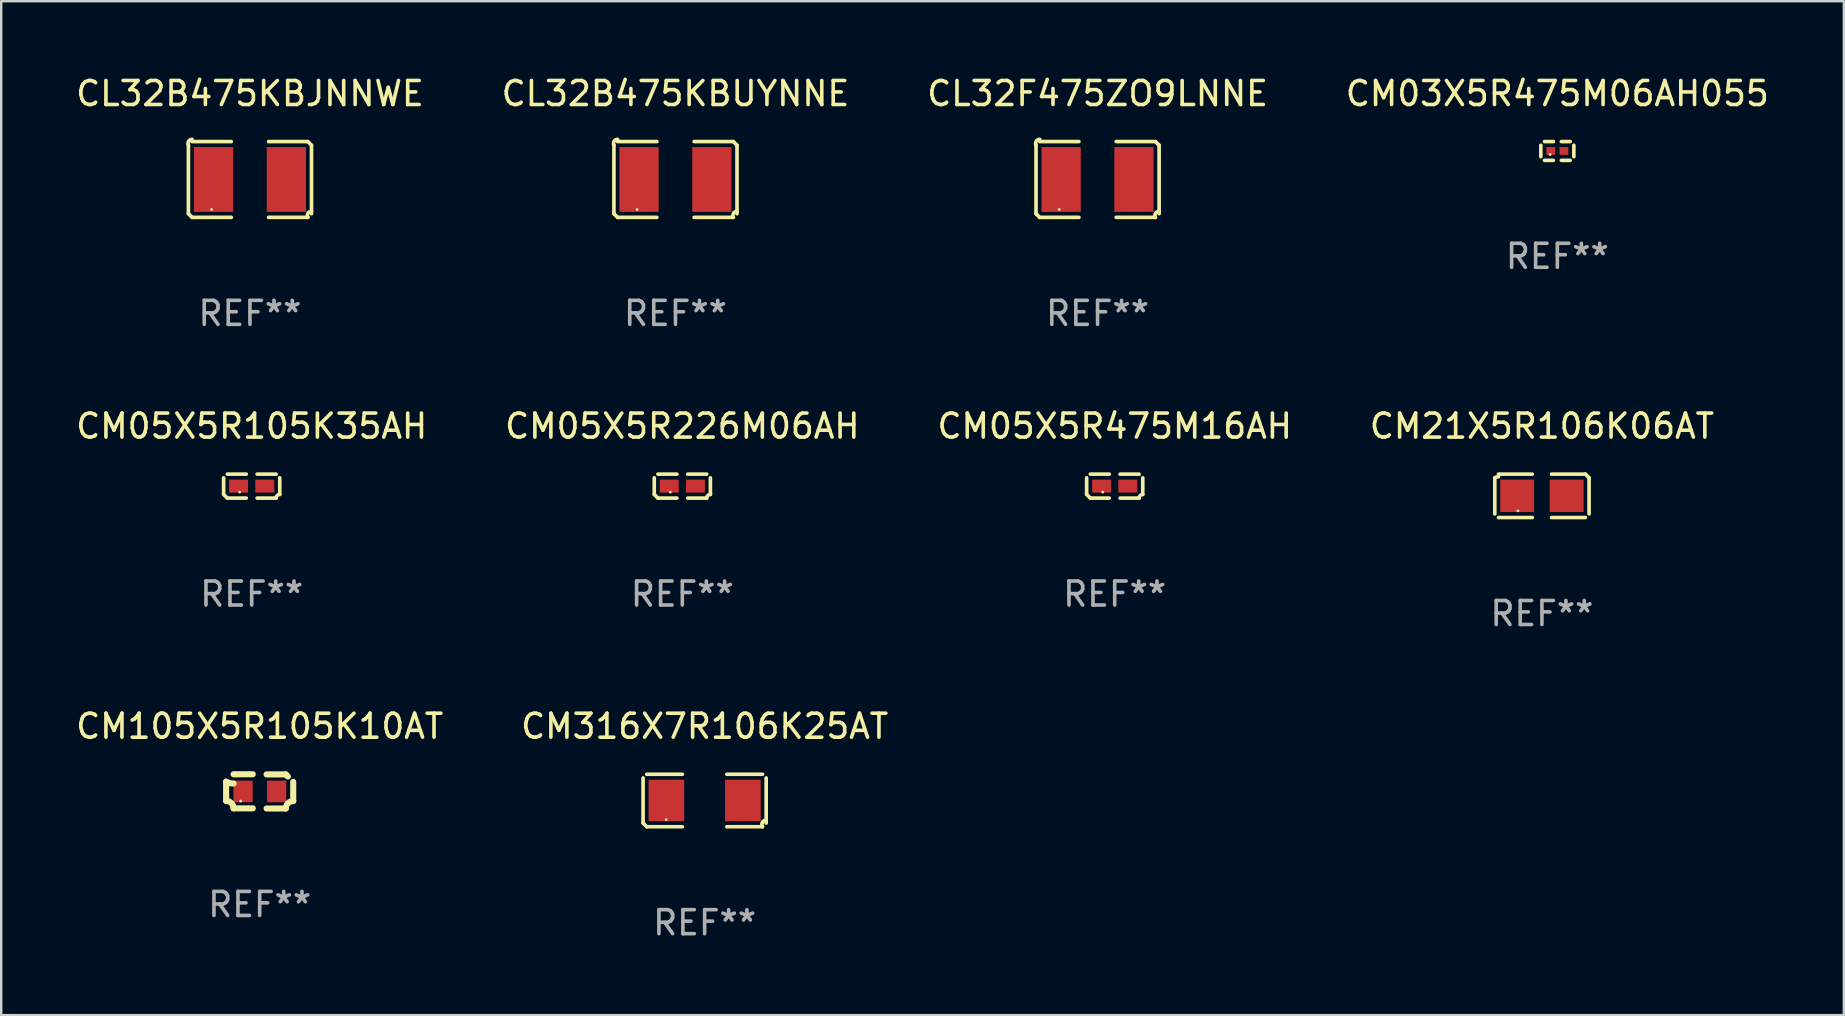
<source format=kicad_pcb>
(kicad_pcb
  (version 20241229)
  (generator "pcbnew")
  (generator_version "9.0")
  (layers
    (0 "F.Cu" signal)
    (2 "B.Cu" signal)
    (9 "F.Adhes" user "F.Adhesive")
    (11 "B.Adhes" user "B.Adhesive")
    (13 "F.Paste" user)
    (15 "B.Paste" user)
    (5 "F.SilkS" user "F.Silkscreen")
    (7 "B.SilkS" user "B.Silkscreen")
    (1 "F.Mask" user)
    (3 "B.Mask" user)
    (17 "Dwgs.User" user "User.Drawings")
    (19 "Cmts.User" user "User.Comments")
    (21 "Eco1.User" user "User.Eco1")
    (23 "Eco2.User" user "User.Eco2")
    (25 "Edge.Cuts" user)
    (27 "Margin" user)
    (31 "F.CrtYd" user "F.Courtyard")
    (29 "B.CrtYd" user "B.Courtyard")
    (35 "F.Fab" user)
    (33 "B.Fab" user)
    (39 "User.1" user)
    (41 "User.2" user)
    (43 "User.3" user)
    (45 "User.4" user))
  (footprint "CL32B475KBJNNWE"
    (layer "F.Cu")
    (at 7.363 4.427)
    (property "Reference" "CL32B475KBJNNWE" (at 0 -3.579 0) (layer "F.SilkS") (effects (font (size 1 1) (thickness 0.15))))
    (attr through_hole)
    (fp_line (start -2.564 1.426) (end -2.564 -1.426) (stroke (width 0.152) (type solid)) (layer "F.SilkS"))
    (fp_line (start -2.411 -1.579) (end -0.776 -1.579) (stroke (width 0.152) (type solid)) (layer "F.SilkS"))
    (fp_line (start -0.776 1.579) (end -2.411 1.579) (stroke (width 0.152) (type solid)) (layer "F.SilkS"))
    (fp_line (start 0.776 1.579) (end 2.411 1.579) (stroke (width 0.152) (type solid)) (layer "F.SilkS"))
    (fp_line (start 2.411 -1.579) (end 0.776 -1.579) (stroke (width 0.152) (type solid)) (layer "F.SilkS"))
    (fp_line (start 2.564 1.426) (end 2.564 -1.426) (stroke (width 0.152) (type solid)) (layer "F.SilkS"))
    (fp_arc (start -2.563602 -1.426213) (mid -2.555597 -1.591233) (end -2.411201 -1.671518) (stroke (width 0.1524) (type solid)) (layer "F.SilkS"))
    (fp_arc (start -2.5636 1.426214) (mid -2.487389 1.502402) (end -2.411201 1.578613) (stroke (width 0.1524) (type solid)) (layer "F.SilkS"))
    (fp_arc (start 2.411197 -1.578618) (mid 2.487403 -1.502419) (end 2.563602 -1.426213) (stroke (width 0.1524) (type solid)) (layer "F.SilkS"))
    (fp_arc (start 2.411201 1.578613) (mid 2.416214 1.409455) (end 2.563602 1.32629) (stroke (width 0.1524) (type solid)) (layer "F.SilkS"))
    (fp_circle (center -1.6 1.25) (end -1.57 1.25) (stroke (width 0.06) (type solid)) (fill no) (layer "F.SilkS"))
    (fp_text user "REF**" (at 0 5.579 0) (layer "F.Fab") (effects (font (size 1 1) (thickness 0.15))))
    (pad "1" smd rect (at -1.517 0) (size 1.635 2.7) (layers "F.Cu" "F.Mask" "F.Paste"))
    (pad "2" smd rect (at 1.517 0) (size 1.635 2.7) (layers "F.Cu" "F.Mask" "F.Paste")))
  (footprint "CM05X5R475M16AH"
    (layer "F.Cu")
    (at 43.387 17.201)
    (property "Reference" "CM05X5R475M16AH" (at 0 -2.499 0) (layer "F.SilkS") (effects (font (size 1 1) (thickness 0.15))))
    (attr through_hole)
    (fp_line (start -1.169 0.346) (end -1.169 -0.346) (stroke (width 0.152) (type solid)) (layer "F.SilkS"))
    (fp_line (start -1.016 -0.499) (end -0.226 -0.499) (stroke (width 0.152) (type solid)) (layer "F.SilkS"))
    (fp_line (start -0.226 0.499) (end -1.016 0.499) (stroke (width 0.152) (type solid)) (layer "F.SilkS"))
    (fp_line (start 0.226 0.499) (end 1.016 0.499) (stroke (width 0.152) (type solid)) (layer "F.SilkS"))
    (fp_line (start 1.016 -0.499) (end 0.226 -0.499) (stroke (width 0.152) (type solid)) (layer "F.SilkS"))
    (fp_line (start 1.169 0.346) (end 1.169 -0.346) (stroke (width 0.152) (type solid)) (layer "F.SilkS"))
    (fp_arc (start -1.016307 0.498603) (mid -1.092512 0.422405) (end -1.16871 0.3462) (stroke (width 0.1524) (type solid)) (layer "F.SilkS"))
    (fp_arc (start 1.016307 0.498603) (mid 1.060899 0.390758) (end 1.168707 0.346076) (stroke (width 0.1524) (type solid)) (layer "F.SilkS"))
    (fp_circle (center -0.5 0.25) (end -0.47 0.25) (stroke (width 0.06) (type solid)) (fill no) (layer "F.SilkS"))
    (fp_text user "REF**" (at 0 4.499 0) (layer "F.Fab") (effects (font (size 1 1) (thickness 0.15))))
    (pad "1" smd rect (at -0.545 0) (size 0.79 0.54) (layers "F.Cu" "F.Mask" "F.Paste"))
    (pad "2" smd rect (at 0.545 0) (size 0.79 0.54) (layers "F.Cu" "F.Mask" "F.Paste")))
  (footprint "CM105X5R105K10AT"
    (layer "F.Cu")
    (at 7.768 29.918)
    (property "Reference" "CM105X5R105K10AT" (at 0 -2.713 0) (layer "F.SilkS") (effects (font (size 1 1) (thickness 0.15))))
    (attr through_hole)
    (fp_line (start -1.398 -0.403) (end -1.398 0.397) (stroke (width 0.254) (type solid)) (layer "F.SilkS"))
    (fp_line (start -0.288 -0.713) (end -1.088 -0.713) (stroke (width 0.254) (type solid)) (layer "F.SilkS"))
    (fp_line (start -0.288 0.707) (end -1.088 0.707) (stroke (width 0.254) (type solid)) (layer "F.SilkS"))
    (fp_line (start 0.288 -0.707) (end 1.088 -0.707) (stroke (width 0.254) (type solid)) (layer "F.SilkS"))
    (fp_line (start 0.288 0.713) (end 1.088 0.713) (stroke (width 0.254) (type solid)) (layer "F.SilkS"))
    (fp_line (start 1.398 -0.397) (end 1.398 0.403) (stroke (width 0.254) (type solid)) (layer "F.SilkS"))
    (fp_arc (start -1.397789 0.397066) (mid -1.178701 0.487826) (end -1.08796 0.706922) (stroke (width 0.254001) (type solid)) (layer "F.SilkS"))
    (fp_arc (start -1.08796 -0.327176) (mid -1.247436 -0.346384) (end -1.39779 -0.402908) (stroke (width 0.254001) (type solid)) (layer "F.SilkS"))
    (fp_arc (start 1.087909 0.712738) (mid 1.178656 0.493655) (end 1.397739 0.402908) (stroke (width 0.254001) (type solid)) (layer "F.SilkS"))
    (fp_arc (start 1.175925 -0.618926) (mid 1.131917 -0.662923) (end 1.08791 -0.706922) (stroke (width 0.254001) (type solid)) (layer "F.SilkS"))
    (fp_circle (center -0.792 0.403) (end -0.762 0.403) (stroke (width 0.06) (type solid)) (fill no) (layer "F.SilkS"))
    (fp_text user "REF**" (at 0 4.713 0) (layer "F.Fab") (effects (font (size 1 1) (thickness 0.15))))
    (pad "1" smd rect (at -0.692 0.003) (size 0.8 0.9) (layers "F.Cu" "F.Mask" "F.Paste"))
    (pad "2" smd rect (at 0.708 0.003) (size 0.8 0.9) (layers "F.Cu" "F.Mask" "F.Paste")))
  (footprint "CM05X5R105K35AH"
    (layer "F.Cu")
    (at 7.435 17.201)
    (property "Reference" "CM05X5R105K35AH" (at 0 -2.499 0) (layer "F.SilkS") (effects (font (size 1 1) (thickness 0.15))))
    (attr through_hole)
    (fp_line (start -1.169 0.346) (end -1.169 -0.346) (stroke (width 0.152) (type solid)) (layer "F.SilkS"))
    (fp_line (start -1.016 -0.499) (end -0.226 -0.499) (stroke (width 0.152) (type solid)) (layer "F.SilkS"))
    (fp_line (start -0.226 0.499) (end -1.016 0.499) (stroke (width 0.152) (type solid)) (layer "F.SilkS"))
    (fp_line (start 0.226 0.499) (end 1.016 0.499) (stroke (width 0.152) (type solid)) (layer "F.SilkS"))
    (fp_line (start 1.016 -0.499) (end 0.226 -0.499) (stroke (width 0.152) (type solid)) (layer "F.SilkS"))
    (fp_line (start 1.169 0.346) (end 1.169 -0.346) (stroke (width 0.152) (type solid)) (layer "F.SilkS"))
    (fp_arc (start -1.016307 0.498603) (mid -1.092512 0.422405) (end -1.16871 0.3462) (stroke (width 0.1524) (type solid)) (layer "F.SilkS"))
    (fp_arc (start 1.016307 0.498603) (mid 1.060899 0.390758) (end 1.168707 0.346076) (stroke (width 0.1524) (type solid)) (layer "F.SilkS"))
    (fp_circle (center -0.5 0.25) (end -0.47 0.25) (stroke (width 0.06) (type solid)) (fill no) (layer "F.SilkS"))
    (fp_text user "REF**" (at 0 4.499 0) (layer "F.Fab") (effects (font (size 1 1) (thickness 0.15))))
    (pad "1" smd rect (at -0.545 0) (size 0.79 0.54) (layers "F.Cu" "F.Mask" "F.Paste"))
    (pad "2" smd rect (at 0.545 0) (size 0.79 0.54) (layers "F.Cu" "F.Mask" "F.Paste")))
  (footprint "CL32B475KBUYNNE"
    (layer "F.Cu")
    (at 25.089 4.427)
    (property "Reference" "CL32B475KBUYNNE" (at 0 -3.579 0) (layer "F.SilkS") (effects (font (size 1 1) (thickness 0.15))))
    (attr through_hole)
    (fp_line (start -2.564 1.426) (end -2.564 -1.426) (stroke (width 0.152) (type solid)) (layer "F.SilkS"))
    (fp_line (start -2.411 -1.579) (end -0.776 -1.579) (stroke (width 0.152) (type solid)) (layer "F.SilkS"))
    (fp_line (start -0.776 1.579) (end -2.411 1.579) (stroke (width 0.152) (type solid)) (layer "F.SilkS"))
    (fp_line (start 0.776 1.579) (end 2.411 1.579) (stroke (width 0.152) (type solid)) (layer "F.SilkS"))
    (fp_line (start 2.411 -1.579) (end 0.776 -1.579) (stroke (width 0.152) (type solid)) (layer "F.SilkS"))
    (fp_line (start 2.564 1.426) (end 2.564 -1.426) (stroke (width 0.152) (type solid)) (layer "F.SilkS"))
    (fp_arc (start -2.563602 -1.426213) (mid -2.555597 -1.591233) (end -2.411201 -1.671518) (stroke (width 0.1524) (type solid)) (layer "F.SilkS"))
    (fp_arc (start -2.5636 1.426214) (mid -2.487389 1.502402) (end -2.411201 1.578613) (stroke (width 0.1524) (type solid)) (layer "F.SilkS"))
    (fp_arc (start 2.411197 -1.578618) (mid 2.487403 -1.502419) (end 2.563602 -1.426213) (stroke (width 0.1524) (type solid)) (layer "F.SilkS"))
    (fp_arc (start 2.411201 1.578613) (mid 2.416214 1.409455) (end 2.563602 1.32629) (stroke (width 0.1524) (type solid)) (layer "F.SilkS"))
    (fp_circle (center -1.6 1.25) (end -1.57 1.25) (stroke (width 0.06) (type solid)) (fill no) (layer "F.SilkS"))
    (fp_text user "REF**" (at 0 5.579 0) (layer "F.Fab") (effects (font (size 1 1) (thickness 0.15))))
    (pad "1" smd rect (at -1.517 0) (size 1.635 2.7) (layers "F.Cu" "F.Mask" "F.Paste"))
    (pad "2" smd rect (at 1.517 0) (size 1.635 2.7) (layers "F.Cu" "F.Mask" "F.Paste")))
  (footprint "CL32F475ZO9LNNE"
    (layer "F.Cu")
    (at 42.673 4.427)
    (property "Reference" "CL32F475ZO9LNNE" (at 0 -3.579 0) (layer "F.SilkS") (effects (font (size 1 1) (thickness 0.15))))
    (attr through_hole)
    (fp_line (start -2.564 1.426) (end -2.564 -1.426) (stroke (width 0.152) (type solid)) (layer "F.SilkS"))
    (fp_line (start -2.411 -1.579) (end -0.776 -1.579) (stroke (width 0.152) (type solid)) (layer "F.SilkS"))
    (fp_line (start -0.776 1.579) (end -2.411 1.579) (stroke (width 0.152) (type solid)) (layer "F.SilkS"))
    (fp_line (start 0.776 1.579) (end 2.411 1.579) (stroke (width 0.152) (type solid)) (layer "F.SilkS"))
    (fp_line (start 2.411 -1.579) (end 0.776 -1.579) (stroke (width 0.152) (type solid)) (layer "F.SilkS"))
    (fp_line (start 2.564 1.426) (end 2.564 -1.426) (stroke (width 0.152) (type solid)) (layer "F.SilkS"))
    (fp_arc (start -2.563602 -1.426213) (mid -2.555597 -1.591233) (end -2.411201 -1.671518) (stroke (width 0.1524) (type solid)) (layer "F.SilkS"))
    (fp_arc (start -2.5636 1.426214) (mid -2.487389 1.502402) (end -2.411201 1.578613) (stroke (width 0.1524) (type solid)) (layer "F.SilkS"))
    (fp_arc (start 2.411197 -1.578618) (mid 2.487403 -1.502419) (end 2.563602 -1.426213) (stroke (width 0.1524) (type solid)) (layer "F.SilkS"))
    (fp_arc (start 2.411201 1.578613) (mid 2.416214 1.409455) (end 2.563602 1.32629) (stroke (width 0.1524) (type solid)) (layer "F.SilkS"))
    (fp_circle (center -1.6 1.25) (end -1.57 1.25) (stroke (width 0.06) (type solid)) (fill no) (layer "F.SilkS"))
    (fp_text user "REF**" (at 0 5.579 0) (layer "F.Fab") (effects (font (size 1 1) (thickness 0.15))))
    (pad "1" smd rect (at -1.517 0) (size 1.635 2.7) (layers "F.Cu" "F.Mask" "F.Paste"))
    (pad "2" smd rect (at 1.517 0) (size 1.635 2.7) (layers "F.Cu" "F.Mask" "F.Paste")))
  (footprint "CM316X7R106K25AT"
    (layer "F.Cu")
    (at 26.304 30.298)
    (property "Reference" "CM316X7R106K25AT" (at 0 -3.093 0) (layer "F.SilkS") (effects (font (size 1 1) (thickness 0.15))))
    (attr through_hole)
    (fp_line (start -2.564 0.94) (end -2.564 -0.94) (stroke (width 0.152) (type solid)) (layer "F.SilkS"))
    (fp_line (start -2.411 -1.093) (end -0.926 -1.093) (stroke (width 0.152) (type solid)) (layer "F.SilkS"))
    (fp_line (start -0.926 1.093) (end -2.411 1.093) (stroke (width 0.152) (type solid)) (layer "F.SilkS"))
    (fp_line (start 0.926 1.093) (end 2.411 1.093) (stroke (width 0.152) (type solid)) (layer "F.SilkS"))
    (fp_line (start 2.411 -1.093) (end 0.926 -1.093) (stroke (width 0.152) (type solid)) (layer "F.SilkS"))
    (fp_line (start 2.564 0.94) (end 2.564 -0.94) (stroke (width 0.152) (type solid)) (layer "F.SilkS"))
    (fp_arc (start -2.411201 1.092609) (mid -2.487413 1.01642) (end -2.563602 0.940208) (stroke (width 0.1524) (type solid)) (layer "F.SilkS"))
    (fp_arc (start 2.411201 1.092609) (mid 2.407159 0.911226) (end 2.563602 0.819347) (stroke (width 0.1524) (type solid)) (layer "F.SilkS"))
    (fp_circle (center -1.6 0.8) (end -1.57 0.8) (stroke (width 0.06) (type solid)) (fill no) (layer "F.SilkS"))
    (fp_text user "REF**" (at 0 5.093 0) (layer "F.Fab") (effects (font (size 1 1) (thickness 0.15))))
    (pad "1" smd rect (at -1.593 0) (size 1.485 1.728) (layers "F.Cu" "F.Mask" "F.Paste"))
    (pad "2" smd rect (at 1.593 0) (size 1.485 1.728) (layers "F.Cu" "F.Mask" "F.Paste")))
  (footprint "CM21X5R106K06AT"
    (layer "F.Cu")
    (at 61.185 17.606)
    (property "Reference" "CM21X5R106K06AT" (at 0 -2.904 0) (layer "F.SilkS") (effects (font (size 1 1) (thickness 0.15))))
    (attr through_hole)
    (fp_line (start -1.964 0.751) (end -1.964 -0.751) (stroke (width 0.152) (type solid)) (layer "F.SilkS"))
    (fp_line (start -1.811 -0.904) (end -0.401 -0.904) (stroke (width 0.152) (type solid)) (layer "F.SilkS"))
    (fp_line (start -0.401 0.904) (end -1.811 0.904) (stroke (width 0.152) (type solid)) (layer "F.SilkS"))
    (fp_line (start 0.401 0.904) (end 1.811 0.904) (stroke (width 0.152) (type solid)) (layer "F.SilkS"))
    (fp_line (start 1.811 -0.904) (end 0.401 -0.904) (stroke (width 0.152) (type solid)) (layer "F.SilkS"))
    (fp_line (start 1.964 0.751) (end 1.964 -0.751) (stroke (width 0.152) (type solid)) (layer "F.SilkS"))
    (fp_arc (start -1.963602 -0.751207) (mid -1.890354 -0.783131) (end -1.811201 -0.794044) (stroke (width 0.1524) (type solid)) (layer "F.SilkS"))
    (fp_arc (start 1.811202 -0.903607) (mid 1.887413 -0.827418) (end 1.963602 -0.751207) (stroke (width 0.1524) (type solid)) (layer "F.SilkS"))
    (fp_circle (center -1 0.625) (end -0.97 0.625) (stroke (width 0.06) (type solid)) (fill no) (layer "F.SilkS"))
    (fp_text user "REF**" (at 0 4.904 0) (layer "F.Fab") (effects (font (size 1 1) (thickness 0.15))))
    (pad "1" smd rect (at -1.03 0) (size 1.41 1.35) (layers "F.Cu" "F.Mask" "F.Paste"))
    (pad "2" smd rect (at 1.03 0) (size 1.41 1.35) (layers "F.Cu" "F.Mask" "F.Paste")))
  (footprint "CM05X5R226M06AH"
    (layer "F.Cu")
    (at 25.375 17.201)
    (property "Reference" "CM05X5R226M06AH" (at 0 -2.499 0) (layer "F.SilkS") (effects (font (size 1 1) (thickness 0.15))))
    (attr through_hole)
    (fp_line (start -1.169 0.346) (end -1.169 -0.346) (stroke (width 0.152) (type solid)) (layer "F.SilkS"))
    (fp_line (start -1.016 -0.499) (end -0.226 -0.499) (stroke (width 0.152) (type solid)) (layer "F.SilkS"))
    (fp_line (start -0.226 0.499) (end -1.016 0.499) (stroke (width 0.152) (type solid)) (layer "F.SilkS"))
    (fp_line (start 0.226 0.499) (end 1.016 0.499) (stroke (width 0.152) (type solid)) (layer "F.SilkS"))
    (fp_line (start 1.016 -0.499) (end 0.226 -0.499) (stroke (width 0.152) (type solid)) (layer "F.SilkS"))
    (fp_line (start 1.169 0.346) (end 1.169 -0.346) (stroke (width 0.152) (type solid)) (layer "F.SilkS"))
    (fp_arc (start -1.016307 0.498603) (mid -1.092512 0.422405) (end -1.16871 0.3462) (stroke (width 0.1524) (type solid)) (layer "F.SilkS"))
    (fp_arc (start 1.016307 0.498603) (mid 1.060899 0.390758) (end 1.168707 0.346076) (stroke (width 0.1524) (type solid)) (layer "F.SilkS"))
    (fp_circle (center -0.5 0.25) (end -0.47 0.25) (stroke (width 0.06) (type solid)) (fill no) (layer "F.SilkS"))
    (fp_text user "REF**" (at 0 4.499 0) (layer "F.Fab") (effects (font (size 1 1) (thickness 0.15))))
    (pad "1" smd rect (at -0.545 0) (size 0.79 0.54) (layers "F.Cu" "F.Mask" "F.Paste"))
    (pad "2" smd rect (at 0.545 0) (size 0.79 0.54) (layers "F.Cu" "F.Mask" "F.Paste")))
  (footprint "CM03X5R475M06AH055"
    (layer "F.Cu")
    (at 61.827 3.239)
    (property "Reference" "CM03X5R475M06AH055" (at 0 -2.391 0) (layer "F.SilkS") (effects (font (size 1 1) (thickness 0.15))))
    (attr through_hole)
    (fp_line (start -0.687 0.238) (end -0.687 -0.238) (stroke (width 0.152) (type solid)) (layer "F.SilkS"))
    (fp_line (start -0.535 -0.391) (end -0.166 -0.391) (stroke (width 0.152) (type solid)) (layer "F.SilkS"))
    (fp_line (start -0.166 0.391) (end -0.535 0.391) (stroke (width 0.152) (type solid)) (layer "F.SilkS"))
    (fp_line (start 0.166 0.391) (end 0.535 0.391) (stroke (width 0.152) (type solid)) (layer "F.SilkS"))
    (fp_line (start 0.535 -0.391) (end 0.166 -0.391) (stroke (width 0.152) (type solid)) (layer "F.SilkS"))
    (fp_line (start 0.687 0.238) (end 0.687 -0.238) (stroke (width 0.152) (type solid)) (layer "F.SilkS"))
    (fp_circle (center -0.3 0.15) (end -0.27 0.15) (stroke (width 0.06) (type solid)) (fill no) (layer "F.SilkS"))
    (fp_text user "REF**" (at 0 4.391 0) (layer "F.Fab") (effects (font (size 1 1) (thickness 0.15))))
    (pad "1" smd rect (at -0.274 0) (size 0.368 0.324) (layers "F.Cu" "F.Mask" "F.Paste"))
    (pad "2" smd rect (at 0.274 0) (size 0.368 0.324) (layers "F.Cu" "F.Mask" "F.Paste")))
  (gr_rect
    (start -3 -3)
    (end 73.762 39.239)
    (stroke (width 0.1) (type default))
    (fill no)
    (layer "Edge.Cuts")))
</source>
